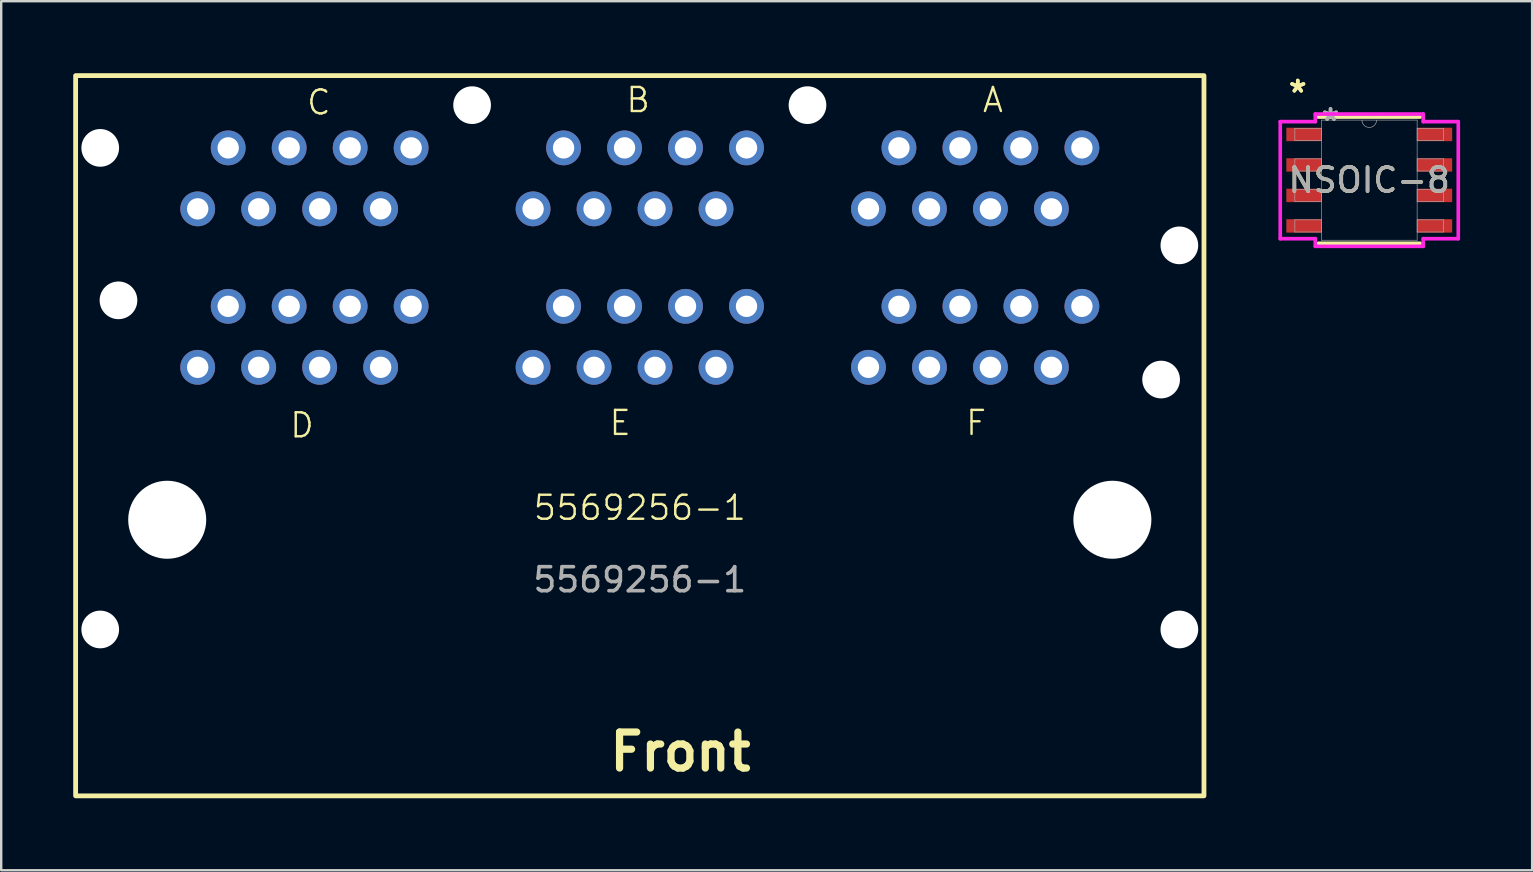
<source format=kicad_pcb>
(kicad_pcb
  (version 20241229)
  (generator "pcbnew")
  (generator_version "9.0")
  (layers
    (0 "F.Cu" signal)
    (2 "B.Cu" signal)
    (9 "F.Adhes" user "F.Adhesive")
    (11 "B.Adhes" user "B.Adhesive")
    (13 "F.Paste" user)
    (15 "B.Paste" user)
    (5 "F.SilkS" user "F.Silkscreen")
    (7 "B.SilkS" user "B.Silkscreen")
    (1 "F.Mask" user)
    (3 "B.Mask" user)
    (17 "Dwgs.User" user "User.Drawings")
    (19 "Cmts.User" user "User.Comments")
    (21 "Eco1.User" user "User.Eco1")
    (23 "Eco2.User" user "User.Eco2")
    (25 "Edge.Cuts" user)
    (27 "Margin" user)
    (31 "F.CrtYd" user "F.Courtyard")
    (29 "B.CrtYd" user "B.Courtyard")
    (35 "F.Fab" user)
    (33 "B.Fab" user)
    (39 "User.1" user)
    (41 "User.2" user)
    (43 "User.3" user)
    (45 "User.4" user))
  (footprint "5569256-1"
    (layer "F.Cu")
    (at 3.915 18.6)
    (property "Reference" "5569256-1" (at 19.685 -0.5 0) (unlocked yes) (layer "F.SilkS") (effects (font (size 1 1) (thickness 0.1))))
    (attr through_hole)
    (fp_rect (start -3.815 -18.5) (end 43.185 11.5) (stroke (width 0.2) (type default)) (fill no) (layer "F.SilkS"))
    (fp_text user "C" (at 5.75 -16.8 0) (unlocked yes) (layer "F.SilkS") (effects (font (size 1 1) (thickness 0.1)) (justify left bottom)))
    (fp_text user "F" (at 33.2 -3.45 0) (unlocked yes) (layer "F.SilkS") (effects (font (size 1 1) (thickness 0.1)) (justify left bottom)))
    (fp_text user "D" (at 5.05 -3.35 0) (unlocked yes) (layer "F.SilkS") (effects (font (size 1 1) (thickness 0.1)) (justify left bottom)))
    (fp_text user "A" (at 33.9 -16.9 0) (unlocked yes) (layer "F.SilkS") (effects (font (size 1 1) (thickness 0.1)) (justify left bottom)))
    (fp_text user "Front" (at 18.288 10.541 0) (unlocked yes) (layer "F.SilkS") (effects (font (size 1.5 1.5) (thickness 0.3) (bold yes)) (justify left bottom)))
    (fp_text user "B" (at 19.05 -16.9 0) (unlocked yes) (layer "F.SilkS") (effects (font (size 1 1) (thickness 0.1)) (justify left bottom)))
    (fp_text user "E" (at 18.35 -3.45 0) (unlocked yes) (layer "F.SilkS") (effects (font (size 1 1) (thickness 0.1)) (justify left bottom)))
    (fp_text user "${REFERENCE}" (at 19.685 2.5 0) (unlocked yes) (layer "F.Fab") (effects (font (size 1 1) (thickness 0.15))))
    (pad "" np_thru_hole circle (at -2.79 -15.49) (size 1.57 1.57) (drill 1.57) (layers "*.Cu" "*.Mask"))
    (pad "" np_thru_hole circle (at -2.79 4.57) (size 1.57 1.57) (drill 1.57) (layers "*.Cu" "*.Mask"))
    (pad "" np_thru_hole circle (at -2.03 -9.14) (size 1.57 1.57) (drill 1.57) (layers "*.Cu" "*.Mask"))
    (pad "" np_thru_hole circle (at 0 0) (size 3.25 3.25) (drill 3.25) (layers "*.Cu" "*.Mask"))
    (pad "" np_thru_hole circle (at 12.7 -17.27) (size 1.57 1.57) (drill 1.57) (layers "*.Cu" "*.Mask"))
    (pad "" np_thru_hole circle (at 26.67 -17.27) (size 1.57 1.57) (drill 1.57) (layers "*.Cu" "*.Mask"))
    (pad "" np_thru_hole circle (at 39.37 0) (size 3.25 3.25) (drill 3.25) (layers "*.Cu" "*.Mask"))
    (pad "" np_thru_hole circle (at 41.4 -5.84) (size 1.57 1.57) (drill 1.57) (layers "*.Cu" "*.Mask"))
    (pad "" np_thru_hole circle (at 42.16 -11.43) (size 1.57 1.57) (drill 1.57) (layers "*.Cu" "*.Mask"))
    (pad "" np_thru_hole circle (at 42.16 4.57) (size 1.57 1.57) (drill 1.57) (layers "*.Cu" "*.Mask"))
    (pad "1" thru_hole circle (at 38.1 -15.49) (size 1.45 1.45) (drill 0.89) (layers "*.Cu" "*.Mask"))
    (pad "2" thru_hole circle (at 36.83 -12.95) (size 1.45 1.45) (drill 0.89) (layers "*.Cu" "*.Mask"))
    (pad "3" thru_hole circle (at 35.56 -15.49) (size 1.45 1.45) (drill 0.89) (layers "*.Cu" "*.Mask"))
    (pad "4" thru_hole circle (at 34.29 -12.95) (size 1.45 1.45) (drill 0.89) (layers "*.Cu" "*.Mask"))
    (pad "5" thru_hole circle (at 33.02 -15.49) (size 1.45 1.45) (drill 0.89) (layers "*.Cu" "*.Mask"))
    (pad "6" thru_hole circle (at 31.75 -12.95) (size 1.45 1.45) (drill 0.89) (layers "*.Cu" "*.Mask"))
    (pad "7" thru_hole circle (at 30.48 -15.49) (size 1.45 1.45) (drill 0.89) (layers "*.Cu" "*.Mask"))
    (pad "8" thru_hole circle (at 29.21 -12.95) (size 1.45 1.45) (drill 0.89) (layers "*.Cu" "*.Mask"))
    (pad "9" thru_hole circle (at 24.13 -15.49) (size 1.45 1.45) (drill 0.89) (layers "*.Cu" "*.Mask"))
    (pad "10" thru_hole circle (at 22.86 -12.95) (size 1.45 1.45) (drill 0.89) (layers "*.Cu" "*.Mask"))
    (pad "11" thru_hole circle (at 21.59 -15.49) (size 1.45 1.45) (drill 0.89) (layers "*.Cu" "*.Mask"))
    (pad "12" thru_hole circle (at 20.32 -12.95) (size 1.45 1.45) (drill 0.89) (layers "*.Cu" "*.Mask"))
    (pad "13" thru_hole circle (at 19.05 -15.49) (size 1.45 1.45) (drill 0.89) (layers "*.Cu" "*.Mask"))
    (pad "14" thru_hole circle (at 17.78 -12.95) (size 1.45 1.45) (drill 0.89) (layers "*.Cu" "*.Mask"))
    (pad "15" thru_hole circle (at 16.51 -15.49) (size 1.45 1.45) (drill 0.89) (layers "*.Cu" "*.Mask"))
    (pad "16" thru_hole circle (at 15.24 -12.95) (size 1.45 1.45) (drill 0.89) (layers "*.Cu" "*.Mask"))
    (pad "17" thru_hole circle (at 10.16 -15.49) (size 1.45 1.45) (drill 0.89) (layers "*.Cu" "*.Mask"))
    (pad "18" thru_hole circle (at 8.89 -12.95) (size 1.45 1.45) (drill 0.89) (layers "*.Cu" "*.Mask"))
    (pad "19" thru_hole circle (at 7.62 -15.49) (size 1.45 1.45) (drill 0.89) (layers "*.Cu" "*.Mask"))
    (pad "20" thru_hole circle (at 6.35 -12.95) (size 1.45 1.45) (drill 0.89) (layers "*.Cu" "*.Mask"))
    (pad "21" thru_hole circle (at 5.08 -15.49) (size 1.45 1.45) (drill 0.89) (layers "*.Cu" "*.Mask"))
    (pad "22" thru_hole circle (at 3.81 -12.95) (size 1.45 1.45) (drill 0.89) (layers "*.Cu" "*.Mask"))
    (pad "23" thru_hole circle (at 2.54 -15.49) (size 1.45 1.45) (drill 0.89) (layers "*.Cu" "*.Mask"))
    (pad "24" thru_hole circle (at 1.27 -12.95) (size 1.45 1.45) (drill 0.89) (layers "*.Cu" "*.Mask"))
    (pad "25" thru_hole circle (at 1.27 -6.35) (size 1.45 1.45) (drill 0.89) (layers "*.Cu" "*.Mask"))
    (pad "26" thru_hole circle (at 2.54 -8.89) (size 1.45 1.45) (drill 0.89) (layers "*.Cu" "*.Mask"))
    (pad "27" thru_hole circle (at 3.81 -6.35) (size 1.45 1.45) (drill 0.89) (layers "*.Cu" "*.Mask"))
    (pad "28" thru_hole circle (at 5.08 -8.89) (size 1.45 1.45) (drill 0.89) (layers "*.Cu" "*.Mask"))
    (pad "29" thru_hole circle (at 6.35 -6.35) (size 1.45 1.45) (drill 0.89) (layers "*.Cu" "*.Mask"))
    (pad "30" thru_hole circle (at 7.62 -8.89) (size 1.45 1.45) (drill 0.89) (layers "*.Cu" "*.Mask"))
    (pad "31" thru_hole circle (at 8.89 -6.35) (size 1.45 1.45) (drill 0.89) (layers "*.Cu" "*.Mask"))
    (pad "32" thru_hole circle (at 10.16 -8.89) (size 1.45 1.45) (drill 0.89) (layers "*.Cu" "*.Mask"))
    (pad "33" thru_hole circle (at 15.24 -6.35) (size 1.45 1.45) (drill 0.89) (layers "*.Cu" "*.Mask"))
    (pad "34" thru_hole circle (at 16.51 -8.89) (size 1.45 1.45) (drill 0.89) (layers "*.Cu" "*.Mask"))
    (pad "35" thru_hole circle (at 17.78 -6.35) (size 1.45 1.45) (drill 0.89) (layers "*.Cu" "*.Mask"))
    (pad "36" thru_hole circle (at 19.05 -8.89) (size 1.45 1.45) (drill 0.89) (layers "*.Cu" "*.Mask"))
    (pad "37" thru_hole circle (at 20.32 -6.35) (size 1.45 1.45) (drill 0.89) (layers "*.Cu" "*.Mask"))
    (pad "38" thru_hole circle (at 21.59 -8.89) (size 1.45 1.45) (drill 0.89) (layers "*.Cu" "*.Mask"))
    (pad "39" thru_hole circle (at 22.86 -6.35) (size 1.45 1.45) (drill 0.89) (layers "*.Cu" "*.Mask"))
    (pad "40" thru_hole circle (at 24.13 -8.89) (size 1.45 1.45) (drill 0.89) (layers "*.Cu" "*.Mask"))
    (pad "41" thru_hole circle (at 29.21 -6.35) (size 1.45 1.45) (drill 0.89) (layers "*.Cu" "*.Mask"))
    (pad "42" thru_hole circle (at 30.48 -8.89) (size 1.45 1.45) (drill 0.89) (layers "*.Cu" "*.Mask"))
    (pad "43" thru_hole circle (at 31.75 -6.35) (size 1.45 1.45) (drill 0.89) (layers "*.Cu" "*.Mask"))
    (pad "44" thru_hole circle (at 33.02 -8.89) (size 1.45 1.45) (drill 0.89) (layers "*.Cu" "*.Mask"))
    (pad "45" thru_hole circle (at 34.29 -6.35) (size 1.45 1.45) (drill 0.89) (layers "*.Cu" "*.Mask"))
    (pad "46" thru_hole circle (at 35.56 -8.89) (size 1.45 1.45) (drill 0.89) (layers "*.Cu" "*.Mask"))
    (pad "47" thru_hole circle (at 36.83 -6.35) (size 1.45 1.45) (drill 0.89) (layers "*.Cu" "*.Mask"))
    (pad "48" thru_hole circle (at 38.1 -8.89) (size 1.45 1.45) (drill 0.89) (layers "*.Cu" "*.Mask")))
  (footprint "NSOIC-8"
    (layer "F.Cu")
    (at 53.985 4.455)
    (property "Reference" "NSOIC-8" (at 0 0 0) (unlocked yes) (layer "F.SilkS") (effects (font (size 1 1) (thickness 0.15))))
    (attr smd)
    (fp_line (start -2.121 2.629) (end 2.121 2.629) (stroke (width 0.152) (type solid)) (layer "F.SilkS"))
    (fp_line (start 2.121 -2.629) (end -2.121 -2.629) (stroke (width 0.152) (type solid)) (layer "F.SilkS"))
    (fp_line (start -3.708 -2.438) (end -2.248 -2.438) (stroke (width 0.152) (type solid)) (layer "F.CrtYd"))
    (fp_line (start -3.708 2.438) (end -3.708 -2.438) (stroke (width 0.152) (type solid)) (layer "F.CrtYd"))
    (fp_line (start -3.708 2.438) (end -2.248 2.438) (stroke (width 0.152) (type solid)) (layer "F.CrtYd"))
    (fp_line (start -2.248 -2.756) (end 2.248 -2.756) (stroke (width 0.152) (type solid)) (layer "F.CrtYd"))
    (fp_line (start -2.248 -2.438) (end -2.248 -2.756) (stroke (width 0.152) (type solid)) (layer "F.CrtYd"))
    (fp_line (start -2.248 2.756) (end -2.248 2.438) (stroke (width 0.152) (type solid)) (layer "F.CrtYd"))
    (fp_line (start 2.248 -2.756) (end 2.248 -2.438) (stroke (width 0.152) (type solid)) (layer "F.CrtYd"))
    (fp_line (start 2.248 2.438) (end 2.248 2.756) (stroke (width 0.152) (type solid)) (layer "F.CrtYd"))
    (fp_line (start 2.248 2.756) (end -2.248 2.756) (stroke (width 0.152) (type solid)) (layer "F.CrtYd"))
    (fp_line (start 3.708 -2.438) (end 2.248 -2.438) (stroke (width 0.152) (type solid)) (layer "F.CrtYd"))
    (fp_line (start 3.708 -2.438) (end 3.708 2.438) (stroke (width 0.152) (type solid)) (layer "F.CrtYd"))
    (fp_line (start 3.708 2.438) (end 2.248 2.438) (stroke (width 0.152) (type solid)) (layer "F.CrtYd"))
    (fp_line (start -3.099 -2.159) (end -3.099 -1.651) (stroke (width 0.025) (type solid)) (layer "F.Fab"))
    (fp_line (start -3.099 -1.651) (end -1.994 -1.651) (stroke (width 0.025) (type solid)) (layer "F.Fab"))
    (fp_line (start -3.099 -0.889) (end -3.099 -0.381) (stroke (width 0.025) (type solid)) (layer "F.Fab"))
    (fp_line (start -3.099 -0.381) (end -1.994 -0.381) (stroke (width 0.025) (type solid)) (layer "F.Fab"))
    (fp_line (start -3.099 0.381) (end -3.099 0.889) (stroke (width 0.025) (type solid)) (layer "F.Fab"))
    (fp_line (start -3.099 0.889) (end -1.994 0.889) (stroke (width 0.025) (type solid)) (layer "F.Fab"))
    (fp_line (start -3.099 1.651) (end -3.099 2.159) (stroke (width 0.025) (type solid)) (layer "F.Fab"))
    (fp_line (start -3.099 2.159) (end -1.994 2.159) (stroke (width 0.025) (type solid)) (layer "F.Fab"))
    (fp_line (start -1.994 -2.502) (end -1.994 2.502) (stroke (width 0.025) (type solid)) (layer "F.Fab"))
    (fp_line (start -1.994 -2.159) (end -3.099 -2.159) (stroke (width 0.025) (type solid)) (layer "F.Fab"))
    (fp_line (start -1.994 -1.651) (end -1.994 -2.159) (stroke (width 0.025) (type solid)) (layer "F.Fab"))
    (fp_line (start -1.994 -0.889) (end -3.099 -0.889) (stroke (width 0.025) (type solid)) (layer "F.Fab"))
    (fp_line (start -1.994 -0.381) (end -1.994 -0.889) (stroke (width 0.025) (type solid)) (layer "F.Fab"))
    (fp_line (start -1.994 0.381) (end -3.099 0.381) (stroke (width 0.025) (type solid)) (layer "F.Fab"))
    (fp_line (start -1.994 0.889) (end -1.994 0.381) (stroke (width 0.025) (type solid)) (layer "F.Fab"))
    (fp_line (start -1.994 1.651) (end -3.099 1.651) (stroke (width 0.025) (type solid)) (layer "F.Fab"))
    (fp_line (start -1.994 2.159) (end -1.994 1.651) (stroke (width 0.025) (type solid)) (layer "F.Fab"))
    (fp_line (start -1.994 2.502) (end 1.994 2.502) (stroke (width 0.025) (type solid)) (layer "F.Fab"))
    (fp_line (start 1.994 -2.502) (end -1.994 -2.502) (stroke (width 0.025) (type solid)) (layer "F.Fab"))
    (fp_line (start 1.994 -2.159) (end 1.994 -1.651) (stroke (width 0.025) (type solid)) (layer "F.Fab"))
    (fp_line (start 1.994 -1.651) (end 3.099 -1.651) (stroke (width 0.025) (type solid)) (layer "F.Fab"))
    (fp_line (start 1.994 -0.889) (end 1.994 -0.381) (stroke (width 0.025) (type solid)) (layer "F.Fab"))
    (fp_line (start 1.994 -0.381) (end 3.099 -0.381) (stroke (width 0.025) (type solid)) (layer "F.Fab"))
    (fp_line (start 1.994 0.381) (end 1.994 0.889) (stroke (width 0.025) (type solid)) (layer "F.Fab"))
    (fp_line (start 1.994 0.889) (end 3.099 0.889) (stroke (width 0.025) (type solid)) (layer "F.Fab"))
    (fp_line (start 1.994 1.651) (end 1.994 2.159) (stroke (width 0.025) (type solid)) (layer "F.Fab"))
    (fp_line (start 1.994 2.159) (end 3.099 2.159) (stroke (width 0.025) (type solid)) (layer "F.Fab"))
    (fp_line (start 1.994 2.502) (end 1.994 -2.502) (stroke (width 0.025) (type solid)) (layer "F.Fab"))
    (fp_line (start 3.099 -2.159) (end 1.994 -2.159) (stroke (width 0.025) (type solid)) (layer "F.Fab"))
    (fp_line (start 3.099 -1.651) (end 3.099 -2.159) (stroke (width 0.025) (type solid)) (layer "F.Fab"))
    (fp_line (start 3.099 -0.889) (end 1.994 -0.889) (stroke (width 0.025) (type solid)) (layer "F.Fab"))
    (fp_line (start 3.099 -0.381) (end 3.099 -0.889) (stroke (width 0.025) (type solid)) (layer "F.Fab"))
    (fp_line (start 3.099 0.381) (end 1.994 0.381) (stroke (width 0.025) (type solid)) (layer "F.Fab"))
    (fp_line (start 3.099 0.889) (end 3.099 0.381) (stroke (width 0.025) (type solid)) (layer "F.Fab"))
    (fp_line (start 3.099 1.651) (end 1.994 1.651) (stroke (width 0.025) (type solid)) (layer "F.Fab"))
    (fp_line (start 3.099 2.159) (end 3.099 1.651) (stroke (width 0.025) (type solid)) (layer "F.Fab"))
    (fp_arc (start 0.3048 -2.5019) (mid 0 -2.1971) (end -0.3048 -2.5019) (stroke (width 0.0254) (type solid)) (layer "F.Fab"))
    (fp_text user "*" (at -2.978 -3.607 0) (unlocked yes) (layer "F.SilkS") (effects (font (size 1 1) (thickness 0.15))))
    (fp_text user "*" (at -2.978 -3.607 0) (layer "F.SilkS") (effects (font (size 1 1) (thickness 0.15))))
    (fp_text user "${REFERENCE}" (at 0 0 0) (unlocked yes) (layer "F.Fab") (effects (font (size 1 1) (thickness 0.15))))
    (fp_text user "*" (at -1.613 -2.426 0) (layer "F.Fab") (effects (font (size 1 1) (thickness 0.15))))
    (fp_text user "*" (at -1.613 -2.426 0) (unlocked yes) (layer "F.Fab") (effects (font (size 1 1) (thickness 0.15))))
    (pad "1" smd rect (at -2.724 -1.905) (size 1.46 0.559) (layers "F.Cu" "F.Mask" "F.Paste"))
    (pad "2" smd rect (at -2.724 -0.635) (size 1.46 0.559) (layers "F.Cu" "F.Mask" "F.Paste"))
    (pad "3" smd rect (at -2.724 0.635) (size 1.46 0.559) (layers "F.Cu" "F.Mask" "F.Paste"))
    (pad "4" smd rect (at -2.724 1.905) (size 1.46 0.559) (layers "F.Cu" "F.Mask" "F.Paste"))
    (pad "5" smd rect (at 2.724 1.905) (size 1.46 0.559) (layers "F.Cu" "F.Mask" "F.Paste"))
    (pad "6" smd rect (at 2.724 0.635) (size 1.46 0.559) (layers "F.Cu" "F.Mask" "F.Paste"))
    (pad "7" smd rect (at 2.724 -0.635) (size 1.46 0.559) (layers "F.Cu" "F.Mask" "F.Paste"))
    (pad "8" smd rect (at 2.724 -1.905) (size 1.46 0.559) (layers "F.Cu" "F.Mask" "F.Paste")))
  (gr_rect
    (start -3 -3)
    (end 60.769 33.2)
    (stroke (width 0.1) (type default))
    (fill no)
    (layer "Edge.Cuts")))
</source>
